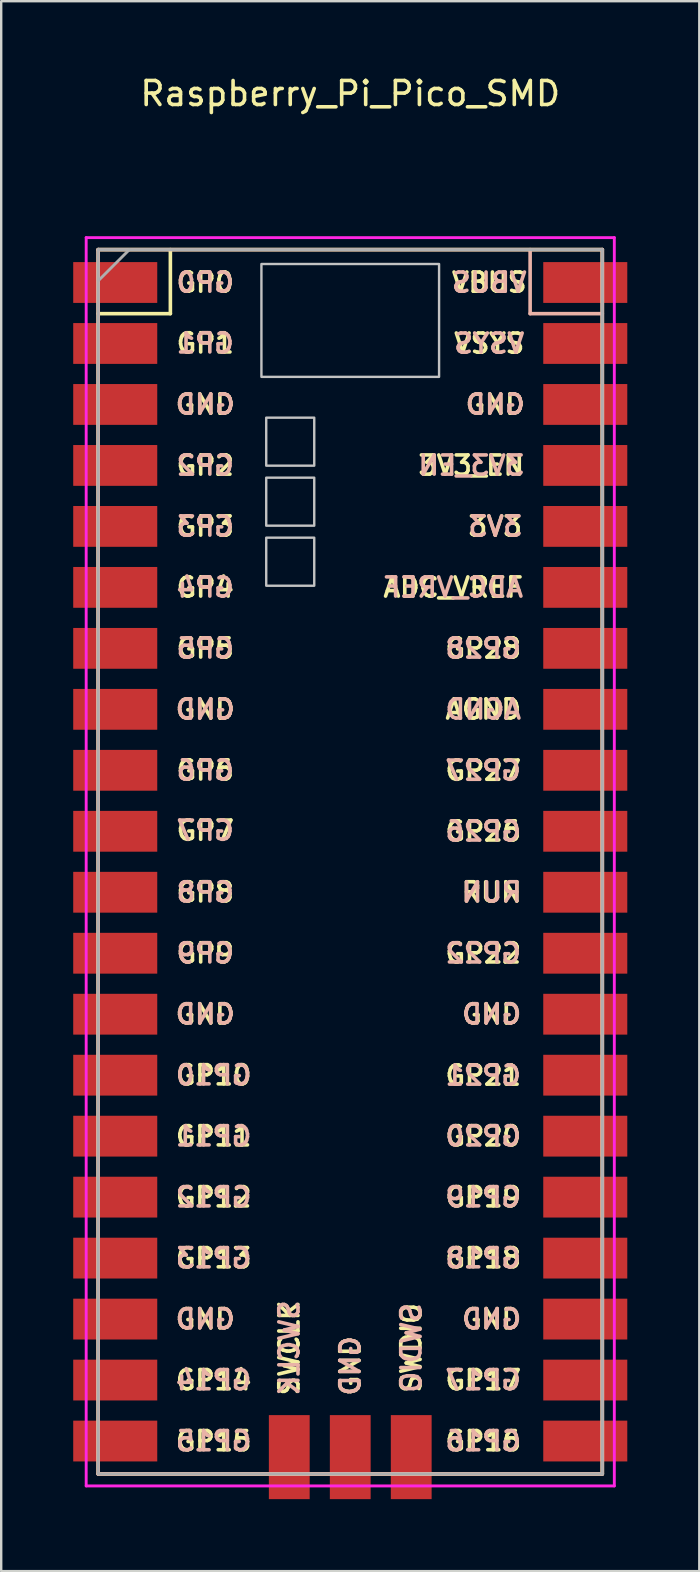
<source format=kicad_pcb>
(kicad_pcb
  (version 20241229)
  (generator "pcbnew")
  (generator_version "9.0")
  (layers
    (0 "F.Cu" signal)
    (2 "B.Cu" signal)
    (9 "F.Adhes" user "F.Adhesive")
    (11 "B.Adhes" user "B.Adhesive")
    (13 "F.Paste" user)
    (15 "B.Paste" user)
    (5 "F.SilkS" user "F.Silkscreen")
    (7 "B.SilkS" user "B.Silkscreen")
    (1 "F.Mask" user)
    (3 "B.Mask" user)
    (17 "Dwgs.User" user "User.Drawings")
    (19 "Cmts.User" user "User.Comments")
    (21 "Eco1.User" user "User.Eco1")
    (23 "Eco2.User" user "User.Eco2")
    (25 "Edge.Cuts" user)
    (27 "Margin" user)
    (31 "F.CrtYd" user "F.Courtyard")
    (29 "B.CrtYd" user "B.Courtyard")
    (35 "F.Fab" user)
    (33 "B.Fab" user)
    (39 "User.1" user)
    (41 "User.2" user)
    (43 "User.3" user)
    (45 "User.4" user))
  (footprint "Raspberry_Pi_Pico_SMD"
    (layer "F.Cu")
    (at 11.54 32.848)
    (property "Reference" "Raspberry_Pi_Pico_SMD" (at 0 -32 0) (layer "F.SilkS") (effects (font (size 1 1) (thickness 0.15))))
    (attr smd)
    (fp_line (start -10.5 -25.5) (end -10.5 25.5) (stroke (width 0.15) (type solid)) (layer "F.SilkS"))
    (fp_line (start -10.5 -25.5) (end 10.5 -25.5) (stroke (width 0.15) (type solid)) (layer "F.SilkS"))
    (fp_line (start -10.5 -22.833) (end -7.493 -22.833) (stroke (width 0.15) (type solid)) (layer "F.SilkS"))
    (fp_line (start -7.493 -22.833) (end -7.493 -25.5) (stroke (width 0.15) (type solid)) (layer "F.SilkS"))
    (fp_line (start 10.5 -25.5) (end 10.5 25.5) (stroke (width 0.15) (type solid)) (layer "F.SilkS"))
    (fp_line (start 10.5 25.5) (end -10.5 25.5) (stroke (width 0.15) (type solid)) (layer "F.SilkS"))
    (fp_line (start -10.5 -25.5) (end -10.5 25.5) (stroke (width 0.15) (type solid)) (layer "B.SilkS"))
    (fp_line (start -10.5 25.5) (end 10.5 25.5) (stroke (width 0.15) (type solid)) (layer "B.SilkS"))
    (fp_line (start 7.493 -22.833) (end 7.493 -25.5) (stroke (width 0.15) (type solid)) (layer "B.SilkS"))
    (fp_line (start 10.5 -25.5) (end -10.5 -25.5) (stroke (width 0.15) (type solid)) (layer "B.SilkS"))
    (fp_line (start 10.5 -25.5) (end 10.5 25.5) (stroke (width 0.15) (type solid)) (layer "B.SilkS"))
    (fp_line (start 10.5 -22.833) (end 7.493 -22.833) (stroke (width 0.15) (type solid)) (layer "B.SilkS"))
    (fp_poly (pts (xy -1.5 -16.5) (xy -3.5 -16.5) (xy -3.5 -18.5) (xy -1.5 -18.5)) (stroke (width 0.1) (type solid)) (fill no) (layer "Dwgs.User"))
    (fp_poly (pts (xy -1.5 -14) (xy -3.5 -14) (xy -3.5 -16) (xy -1.5 -16)) (stroke (width 0.1) (type solid)) (fill no) (layer "Dwgs.User"))
    (fp_poly (pts (xy -1.5 -11.5) (xy -3.5 -11.5) (xy -3.5 -13.5) (xy -1.5 -13.5)) (stroke (width 0.1) (type solid)) (fill no) (layer "Dwgs.User"))
    (fp_poly (pts (xy 3.7 -20.2) (xy -3.7 -20.2) (xy -3.7 -24.9) (xy 3.7 -24.9)) (stroke (width 0.1) (type solid)) (fill no) (layer "Dwgs.User"))
    (fp_line (start -11 -26) (end 11 -26) (stroke (width 0.12) (type solid)) (layer "F.CrtYd"))
    (fp_line (start -11 26) (end -11 -26) (stroke (width 0.12) (type solid)) (layer "F.CrtYd"))
    (fp_line (start 11 -26) (end 11 26) (stroke (width 0.12) (type solid)) (layer "F.CrtYd"))
    (fp_line (start 11 26) (end -11 26) (stroke (width 0.12) (type solid)) (layer "F.CrtYd"))
    (fp_line (start -10.5 -25.5) (end 10.5 -25.5) (stroke (width 0.12) (type solid)) (layer "F.Fab"))
    (fp_line (start -10.5 -24.2) (end -9.2 -25.5) (stroke (width 0.12) (type solid)) (layer "F.Fab"))
    (fp_line (start -10.5 25.5) (end -10.5 -25.5) (stroke (width 0.12) (type solid)) (layer "F.Fab"))
    (fp_line (start 10.5 -25.5) (end 10.5 25.5) (stroke (width 0.12) (type solid)) (layer "F.Fab"))
    (fp_line (start 10.5 25.5) (end -10.5 25.5) (stroke (width 0.12) (type solid)) (layer "F.Fab"))
    (fp_text user "GND" (at -6.04 -19.05 0) (layer "F.SilkS") (effects (font (size 0.8 0.8) (thickness 0.15))))
    (fp_text user "GP6" (at -6.04 -3.81 0) (layer "F.SilkS") (effects (font (size 0.8 0.8) (thickness 0.15))))
    (fp_text user "GP20" (at 5.54 11.43 0) (layer "F.SilkS") (effects (font (size 0.8 0.8) (thickness 0.15))))
    (fp_text user "GP3" (at -6.04 -13.97 0) (layer "F.SilkS") (effects (font (size 0.8 0.8) (thickness 0.15))))
    (fp_text user "GP19" (at 5.54 13.97 0) (layer "F.SilkS") (effects (font (size 0.8 0.8) (thickness 0.15))))
    (fp_text user "GND" (at 6.04 -19.05 0) (layer "F.SilkS") (effects (font (size 0.8 0.8) (thickness 0.15))))
    (fp_text user "GP16" (at 5.54 24.13 0) (layer "F.SilkS") (effects (font (size 0.8 0.8) (thickness 0.15))))
    (fp_text user "GP15" (at -5.69 24.13 0) (layer "F.SilkS") (effects (font (size 0.8 0.8) (thickness 0.15))))
    (fp_text user "GND" (at 5.89 6.35 0) (layer "F.SilkS") (effects (font (size 0.8 0.8) (thickness 0.15))))
    (fp_text user "3V3_EN" (at 5.04 -16.51 0) (layer "F.SilkS") (effects (font (size 0.8 0.8) (thickness 0.15))))
    (fp_text user "GP5" (at -6.04 -8.89 0) (layer "F.SilkS") (effects (font (size 0.8 0.8) (thickness 0.15))))
    (fp_text user "GND" (at -6.04 -6.35 0) (layer "F.SilkS") (effects (font (size 0.8 0.8) (thickness 0.15))))
    (fp_text user "GP28" (at 5.54 -8.89 0) (layer "F.SilkS") (effects (font (size 0.8 0.8) (thickness 0.15))))
    (fp_text user "VSYS" (at 5.79 -21.59 0) (layer "F.SilkS") (effects (font (size 0.8 0.8) (thickness 0.15))))
    (fp_text user "GP10" (at -5.69 8.89 0) (layer "F.SilkS") (effects (font (size 0.8 0.8) (thickness 0.15))))
    (fp_text user "VBUS" (at 5.79 -24.13 0) (layer "F.SilkS") (effects (font (size 0.8 0.8) (thickness 0.15))))
    (fp_text user "3V3" (at 6.04 -13.97 0) (layer "F.SilkS") (effects (font (size 0.8 0.8) (thickness 0.15))))
    (fp_text user "GND" (at 0 21 90) (layer "F.SilkS") (effects (font (size 0.8 0.8) (thickness 0.15))))
    (fp_text user "GP0" (at -6.04 -24.13 0) (layer "F.SilkS") (effects (font (size 0.8 0.8) (thickness 0.15))))
    (fp_text user "GND" (at -6.04 6.35 0) (layer "F.SilkS") (effects (font (size 0.8 0.8) (thickness 0.15))))
    (fp_text user "GP22" (at 5.54 3.81 0) (layer "F.SilkS") (effects (font (size 0.8 0.8) (thickness 0.15))))
    (fp_text user "GP12" (at -5.69 13.97 0) (layer "F.SilkS") (effects (font (size 0.8 0.8) (thickness 0.15))))
    (fp_text user "AGND" (at 5.54 -6.35 0) (layer "F.SilkS") (effects (font (size 0.8 0.8) (thickness 0.15))))
    (fp_text user "GP4" (at -6.04 -11.43 0) (layer "F.SilkS") (effects (font (size 0.8 0.8) (thickness 0.15))))
    (fp_text user "GP9" (at -6.04 3.81 0) (layer "F.SilkS") (effects (font (size 0.8 0.8) (thickness 0.15))))
    (fp_text user "GP1" (at -6.04 -21.6 0) (layer "F.SilkS") (effects (font (size 0.8 0.8) (thickness 0.15))))
    (fp_text user "GP21" (at 5.54 8.9 0) (layer "F.SilkS") (effects (font (size 0.8 0.8) (thickness 0.15))))
    (fp_text user "SWDIO" (at 2.54 20.25 90) (layer "F.SilkS") (effects (font (size 0.8 0.8) (thickness 0.15))))
    (fp_text user "GP11" (at -5.69 11.43 0) (layer "F.SilkS") (effects (font (size 0.8 0.8) (thickness 0.15))))
    (fp_text user "GND" (at -6.04 19.05 0) (layer "F.SilkS") (effects (font (size 0.8 0.8) (thickness 0.15))))
    (fp_text user "ADC_VREF" (at 4.29 -11.43 0) (layer "F.SilkS") (effects (font (size 0.8 0.8) (thickness 0.15))))
    (fp_text user "GP8" (at -6.04 1.27 0) (layer "F.SilkS") (effects (font (size 0.8 0.8) (thickness 0.15))))
    (fp_text user "RUN" (at 5.89 1.27 0) (layer "F.SilkS") (effects (font (size 0.8 0.8) (thickness 0.15))))
    (fp_text user "GP13" (at -5.69 16.51 0) (layer "F.SilkS") (effects (font (size 0.8 0.8) (thickness 0.15))))
    (fp_text user "GP2" (at -6.04 -16.51 0) (layer "F.SilkS") (effects (font (size 0.8 0.8) (thickness 0.15))))
    (fp_text user "GP26" (at 5.54 -1.27 0) (layer "F.SilkS") (effects (font (size 0.8 0.8) (thickness 0.15))))
    (fp_text user "SWCLK" (at -2.54 20.25 90) (layer "F.SilkS") (effects (font (size 0.8 0.8) (thickness 0.15))))
    (fp_text user "GP14" (at -5.69 21.59 0) (layer "F.SilkS") (effects (font (size 0.8 0.8) (thickness 0.15))))
    (fp_text user "GP17" (at 5.54 21.59 0) (layer "F.SilkS") (effects (font (size 0.8 0.8) (thickness 0.15))))
    (fp_text user "GP27" (at 5.54 -3.8 0) (layer "F.SilkS") (effects (font (size 0.8 0.8) (thickness 0.15))))
    (fp_text user "GP18" (at 5.54 16.51 0) (layer "F.SilkS") (effects (font (size 0.8 0.8) (thickness 0.15))))
    (fp_text user "GP7" (at -6.04 -1.3 0) (layer "F.SilkS") (effects (font (size 0.8 0.8) (thickness 0.15))))
    (fp_text user "GND" (at 5.89 19.05 0) (layer "F.SilkS") (effects (font (size 0.8 0.8) (thickness 0.15))))
    (fp_text user "VBUS" (at 5.79 -24.13 0) (layer "B.SilkS") (effects (font (size 0.8 0.8) (thickness 0.15)) (justify mirror)))
    (fp_text user "GP28" (at 5.54 -8.89 0) (layer "B.SilkS") (effects (font (size 0.8 0.8) (thickness 0.15)) (justify mirror)))
    (fp_text user "GND" (at -6.04 19.05 0) (layer "B.SilkS") (effects (font (size 0.8 0.8) (thickness 0.15)) (justify mirror)))
    (fp_text user "ADC_VREF" (at 4.29 -11.43 0) (layer "B.SilkS") (effects (font (size 0.8 0.8) (thickness 0.15)) (justify mirror)))
    (fp_text user "SWCLK" (at -2.54 20.25 270) (layer "B.SilkS") (effects (font (size 0.8 0.8) (thickness 0.15)) (justify mirror)))
    (fp_text user "GND" (at 6.04 -19.05 0) (layer "B.SilkS") (effects (font (size 0.8 0.8) (thickness 0.15)) (justify mirror)))
    (fp_text user "3V3" (at 6.04 -13.97 0) (layer "B.SilkS") (effects (font (size 0.8 0.8) (thickness 0.15)) (justify mirror)))
    (fp_text user "GP12" (at -5.69 13.97 0) (layer "B.SilkS") (effects (font (size 0.8 0.8) (thickness 0.15)) (justify mirror)))
    (fp_text user "GP14" (at -5.69 21.59 0) (layer "B.SilkS") (effects (font (size 0.8 0.8) (thickness 0.15)) (justify mirror)))
    (fp_text user "AGND" (at 5.54 -6.35 0) (layer "B.SilkS") (effects (font (size 0.8 0.8) (thickness 0.15)) (justify mirror)))
    (fp_text user "GP9" (at -6.04 3.81 0) (layer "B.SilkS") (effects (font (size 0.8 0.8) (thickness 0.15)) (justify mirror)))
    (fp_text user "GP2" (at -6.04 -16.51 0) (layer "B.SilkS") (effects (font (size 0.8 0.8) (thickness 0.15)) (justify mirror)))
    (fp_text user "GND" (at 0 21 270) (layer "B.SilkS") (effects (font (size 0.8 0.8) (thickness 0.15)) (justify mirror)))
    (fp_text user "GP19" (at 5.54 13.97 0) (layer "B.SilkS") (effects (font (size 0.8 0.8) (thickness 0.15)) (justify mirror)))
    (fp_text user "GP11" (at -5.69 11.43 0) (layer "B.SilkS") (effects (font (size 0.8 0.8) (thickness 0.15)) (justify mirror)))
    (fp_text user "GP22" (at 5.54 3.81 0) (layer "B.SilkS") (effects (font (size 0.8 0.8) (thickness 0.15)) (justify mirror)))
    (fp_text user "GP1" (at -6.04 -21.6 0) (layer "B.SilkS") (effects (font (size 0.8 0.8) (thickness 0.15)) (justify mirror)))
    (fp_text user "GP7" (at -6.04 -1.3 0) (layer "B.SilkS") (effects (font (size 0.8 0.8) (thickness 0.15)) (justify mirror)))
    (fp_text user "GND" (at -6.04 -19.05 0) (layer "B.SilkS") (effects (font (size 0.8 0.8) (thickness 0.15)) (justify mirror)))
    (fp_text user "GP21" (at 5.54 8.9 0) (layer "B.SilkS") (effects (font (size 0.8 0.8) (thickness 0.15)) (justify mirror)))
    (fp_text user "3V3_EN" (at 5.04 -16.51 0) (layer "B.SilkS") (effects (font (size 0.8 0.8) (thickness 0.15)) (justify mirror)))
    (fp_text user "GP27" (at 5.54 -3.8 0) (layer "B.SilkS") (effects (font (size 0.8 0.8) (thickness 0.15)) (justify mirror)))
    (fp_text user "GND" (at 5.89 19.05 0) (layer "B.SilkS") (effects (font (size 0.8 0.8) (thickness 0.15)) (justify mirror)))
    (fp_text user "GP0" (at -6.04 -24.13 0) (layer "B.SilkS") (effects (font (size 0.8 0.8) (thickness 0.15)) (justify mirror)))
    (fp_text user "GP18" (at 5.54 16.51 0) (layer "B.SilkS") (effects (font (size 0.8 0.8) (thickness 0.15)) (justify mirror)))
    (fp_text user "GP26" (at 5.54 -1.27 0) (layer "B.SilkS") (effects (font (size 0.8 0.8) (thickness 0.15)) (justify mirror)))
    (fp_text user "GP3" (at -6.04 -13.97 0) (layer "B.SilkS") (effects (font (size 0.8 0.8) (thickness 0.15)) (justify mirror)))
    (fp_text user "GP15" (at -5.69 24.13 0) (layer "B.SilkS") (effects (font (size 0.8 0.8) (thickness 0.15)) (justify mirror)))
    (fp_text user "RUN" (at 5.89 1.27 0) (layer "B.SilkS") (effects (font (size 0.8 0.8) (thickness 0.15)) (justify mirror)))
    (fp_text user "GP20" (at 5.54 11.43 0) (layer "B.SilkS") (effects (font (size 0.8 0.8) (thickness 0.15)) (justify mirror)))
    (fp_text user "GP10" (at -5.69 8.89 0) (layer "B.SilkS") (effects (font (size 0.8 0.8) (thickness 0.15)) (justify mirror)))
    (fp_text user "GP6" (at -6.04 -3.81 0) (layer "B.SilkS") (effects (font (size 0.8 0.8) (thickness 0.15)) (justify mirror)))
    (fp_text user "GP5" (at -6.04 -8.89 0) (layer "B.SilkS") (effects (font (size 0.8 0.8) (thickness 0.15)) (justify mirror)))
    (fp_text user "VSYS" (at 5.79 -21.59 0) (layer "B.SilkS") (effects (font (size 0.8 0.8) (thickness 0.15)) (justify mirror)))
    (fp_text user "GP13" (at -5.69 16.51 0) (layer "B.SilkS") (effects (font (size 0.8 0.8) (thickness 0.15)) (justify mirror)))
    (fp_text user "GP8" (at -6.04 1.27 0) (layer "B.SilkS") (effects (font (size 0.8 0.8) (thickness 0.15)) (justify mirror)))
    (fp_text user "SWDIO" (at 2.54 20.25 270) (layer "B.SilkS") (effects (font (size 0.8 0.8) (thickness 0.15)) (justify mirror)))
    (fp_text user "GP17" (at 5.54 21.59 0) (layer "B.SilkS") (effects (font (size 0.8 0.8) (thickness 0.15)) (justify mirror)))
    (fp_text user "GND" (at -6.04 6.35 0) (layer "B.SilkS") (effects (font (size 0.8 0.8) (thickness 0.15)) (justify mirror)))
    (fp_text user "GND" (at 5.89 6.35 0) (layer "B.SilkS") (effects (font (size 0.8 0.8) (thickness 0.15)) (justify mirror)))
    (fp_text user "GND" (at -6.04 -6.35 0) (layer "B.SilkS") (effects (font (size 0.8 0.8) (thickness 0.15)) (justify mirror)))
    (fp_text user "GP4" (at -6.04 -11.43 0) (layer "B.SilkS") (effects (font (size 0.8 0.8) (thickness 0.15)) (justify mirror)))
    (fp_text user "GP16" (at 5.54 24.13 0) (layer "B.SilkS") (effects (font (size 0.8 0.8) (thickness 0.15)) (justify mirror)))
    (pad "1" smd rect (at -8.89 -24.13) (size 3.5 1.7) (drill (offset -0.9 0)) (layers "F.Cu" "F.Mask"))
    (pad "2" smd rect (at -8.89 -21.59) (size 3.5 1.7) (drill (offset -0.9 0)) (layers "F.Cu" "F.Mask"))
    (pad "3" smd rect (at -8.89 -19.05) (size 3.5 1.7) (drill (offset -0.9 0)) (layers "F.Cu" "F.Mask"))
    (pad "4" smd rect (at -8.89 -16.51) (size 3.5 1.7) (drill (offset -0.9 0)) (layers "F.Cu" "F.Mask"))
    (pad "5" smd rect (at -8.89 -13.97) (size 3.5 1.7) (drill (offset -0.9 0)) (layers "F.Cu" "F.Mask"))
    (pad "6" smd rect (at -8.89 -11.43) (size 3.5 1.7) (drill (offset -0.9 0)) (layers "F.Cu" "F.Mask"))
    (pad "7" smd rect (at -8.89 -8.89) (size 3.5 1.7) (drill (offset -0.9 0)) (layers "F.Cu" "F.Mask"))
    (pad "8" smd rect (at -8.89 -6.35) (size 3.5 1.7) (drill (offset -0.9 0)) (layers "F.Cu" "F.Mask"))
    (pad "9" smd rect (at -8.89 -3.81) (size 3.5 1.7) (drill (offset -0.9 0)) (layers "F.Cu" "F.Mask"))
    (pad "10" smd rect (at -8.89 -1.27) (size 3.5 1.7) (drill (offset -0.9 0)) (layers "F.Cu" "F.Mask"))
    (pad "11" smd rect (at -8.89 1.27) (size 3.5 1.7) (drill (offset -0.9 0)) (layers "F.Cu" "F.Mask"))
    (pad "12" smd rect (at -8.89 3.81) (size 3.5 1.7) (drill (offset -0.9 0)) (layers "F.Cu" "F.Mask"))
    (pad "13" smd rect (at -8.89 6.35) (size 3.5 1.7) (drill (offset -0.9 0)) (layers "F.Cu" "F.Mask"))
    (pad "14" smd rect (at -8.89 8.89) (size 3.5 1.7) (drill (offset -0.9 0)) (layers "F.Cu" "F.Mask"))
    (pad "15" smd rect (at -8.89 11.43) (size 3.5 1.7) (drill (offset -0.9 0)) (layers "F.Cu" "F.Mask"))
    (pad "16" smd rect (at -8.89 13.97) (size 3.5 1.7) (drill (offset -0.9 0)) (layers "F.Cu" "F.Mask"))
    (pad "17" smd rect (at -8.89 16.51) (size 3.5 1.7) (drill (offset -0.9 0)) (layers "F.Cu" "F.Mask"))
    (pad "18" smd rect (at -8.89 19.05) (size 3.5 1.7) (drill (offset -0.9 0)) (layers "F.Cu" "F.Mask"))
    (pad "19" smd rect (at -8.89 21.59) (size 3.5 1.7) (drill (offset -0.9 0)) (layers "F.Cu" "F.Mask"))
    (pad "20" smd rect (at -8.89 24.13) (size 3.5 1.7) (drill (offset -0.9 0)) (layers "F.Cu" "F.Mask"))
    (pad "21" smd rect (at 8.89 24.13) (size 3.5 1.7) (drill (offset 0.9 0)) (layers "F.Cu" "F.Mask"))
    (pad "22" smd rect (at 8.89 21.59) (size 3.5 1.7) (drill (offset 0.9 0)) (layers "F.Cu" "F.Mask"))
    (pad "23" smd rect (at 8.89 19.05) (size 3.5 1.7) (drill (offset 0.9 0)) (layers "F.Cu" "F.Mask"))
    (pad "24" smd rect (at 8.89 16.51) (size 3.5 1.7) (drill (offset 0.9 0)) (layers "F.Cu" "F.Mask"))
    (pad "25" smd rect (at 8.89 13.97) (size 3.5 1.7) (drill (offset 0.9 0)) (layers "F.Cu" "F.Mask"))
    (pad "26" smd rect (at 8.89 11.43) (size 3.5 1.7) (drill (offset 0.9 0)) (layers "F.Cu" "F.Mask"))
    (pad "27" smd rect (at 8.89 8.89) (size 3.5 1.7) (drill (offset 0.9 0)) (layers "F.Cu" "F.Mask"))
    (pad "28" smd rect (at 8.89 6.35) (size 3.5 1.7) (drill (offset 0.9 0)) (layers "F.Cu" "F.Mask"))
    (pad "29" smd rect (at 8.89 3.81) (size 3.5 1.7) (drill (offset 0.9 0)) (layers "F.Cu" "F.Mask"))
    (pad "30" smd rect (at 8.89 1.27) (size 3.5 1.7) (drill (offset 0.9 0)) (layers "F.Cu" "F.Mask"))
    (pad "31" smd rect (at 8.89 -1.27) (size 3.5 1.7) (drill (offset 0.9 0)) (layers "F.Cu" "F.Mask"))
    (pad "32" smd rect (at 8.89 -3.81) (size 3.5 1.7) (drill (offset 0.9 0)) (layers "F.Cu" "F.Mask"))
    (pad "33" smd rect (at 8.89 -6.35) (size 3.5 1.7) (drill (offset 0.9 0)) (layers "F.Cu" "F.Mask"))
    (pad "34" smd rect (at 8.89 -8.89) (size 3.5 1.7) (drill (offset 0.9 0)) (layers "F.Cu" "F.Mask"))
    (pad "35" smd rect (at 8.89 -11.43) (size 3.5 1.7) (drill (offset 0.9 0)) (layers "F.Cu" "F.Mask"))
    (pad "36" smd rect (at 8.89 -13.97) (size 3.5 1.7) (drill (offset 0.9 0)) (layers "F.Cu" "F.Mask"))
    (pad "37" smd rect (at 8.89 -16.51) (size 3.5 1.7) (drill (offset 0.9 0)) (layers "F.Cu" "F.Mask"))
    (pad "38" smd rect (at 8.89 -19.05) (size 3.5 1.7) (drill (offset 0.9 0)) (layers "F.Cu" "F.Mask"))
    (pad "39" smd rect (at 8.89 -21.59) (size 3.5 1.7) (drill (offset 0.9 0)) (layers "F.Cu" "F.Mask"))
    (pad "40" smd rect (at 8.89 -24.13) (size 3.5 1.7) (drill (offset 0.9 0)) (layers "F.Cu" "F.Mask"))
    (pad "41" smd rect (at -2.54 23.9 90) (size 3.5 1.7) (drill (offset -0.9 0)) (layers "F.Cu" "F.Mask"))
    (pad "42" smd rect (at 0 23.9 90) (size 3.5 1.7) (drill (offset -0.9 0)) (layers "F.Cu" "F.Mask"))
    (pad "43" smd rect (at 2.54 23.9 90) (size 3.5 1.7) (drill (offset -0.9 0)) (layers "F.Cu" "F.Mask"))
    (zone (net_name "") (layer "F.Cu") (name "Keepout 1") (hatch edge 0.5) (connect_pads) (min_thickness 0.25) (filled_areas_thickness no) (keepout (tracks not_allowed) (vias not_allowed) (pads not_allowed) (copperpour not_allowed) (footprints not_allowed)) (placement (enabled no)) (fill) (polygon (pts (xy 7.74 7.848) (xy 7.74 12.748) (xy 15.34 12.748) (xy 15.34 7.848))))
    (zone (net_name "") (layer "F.Cu") (name "Keepout 2") (hatch edge 0.5) (connect_pads) (min_thickness 0.25) (filled_areas_thickness no) (keepout (tracks not_allowed) (vias not_allowed) (pads not_allowed) (copperpour not_allowed) (footprints not_allowed)) (placement (enabled no)) (fill) (polygon (pts (xy 7.94 14.248) (xy 7.94 16.448) (xy 10.14 16.448) (xy 10.14 14.248))))
    (zone (net_name "") (layer "F.Cu") (name "Keepout 3") (hatch edge 0.5) (connect_pads) (min_thickness 0.25) (filled_areas_thickness no) (keepout (tracks not_allowed) (vias not_allowed) (pads not_allowed) (copperpour not_allowed) (footprints not_allowed)) (placement (enabled no)) (fill) (polygon (pts (xy 7.94 16.748) (xy 7.94 18.948) (xy 10.14 18.948) (xy 10.14 16.748))))
    (zone (net_name "") (layer "F.Cu") (name "Keepout 4") (hatch edge 0.5) (connect_pads) (min_thickness 0.25) (filled_areas_thickness no) (keepout (tracks not_allowed) (vias not_allowed) (pads not_allowed) (copperpour not_allowed) (footprints not_allowed)) (placement (enabled no)) (fill) (polygon (pts (xy 7.94 19.248) (xy 7.94 21.448) (xy 10.14 21.448) (xy 10.14 19.248)))))
  (gr_rect
    (start -3 -3)
    (end 26.08 62.398)
    (stroke (width 0.1) (type default))
    (fill no)
    (layer "Edge.Cuts")))
</source>
